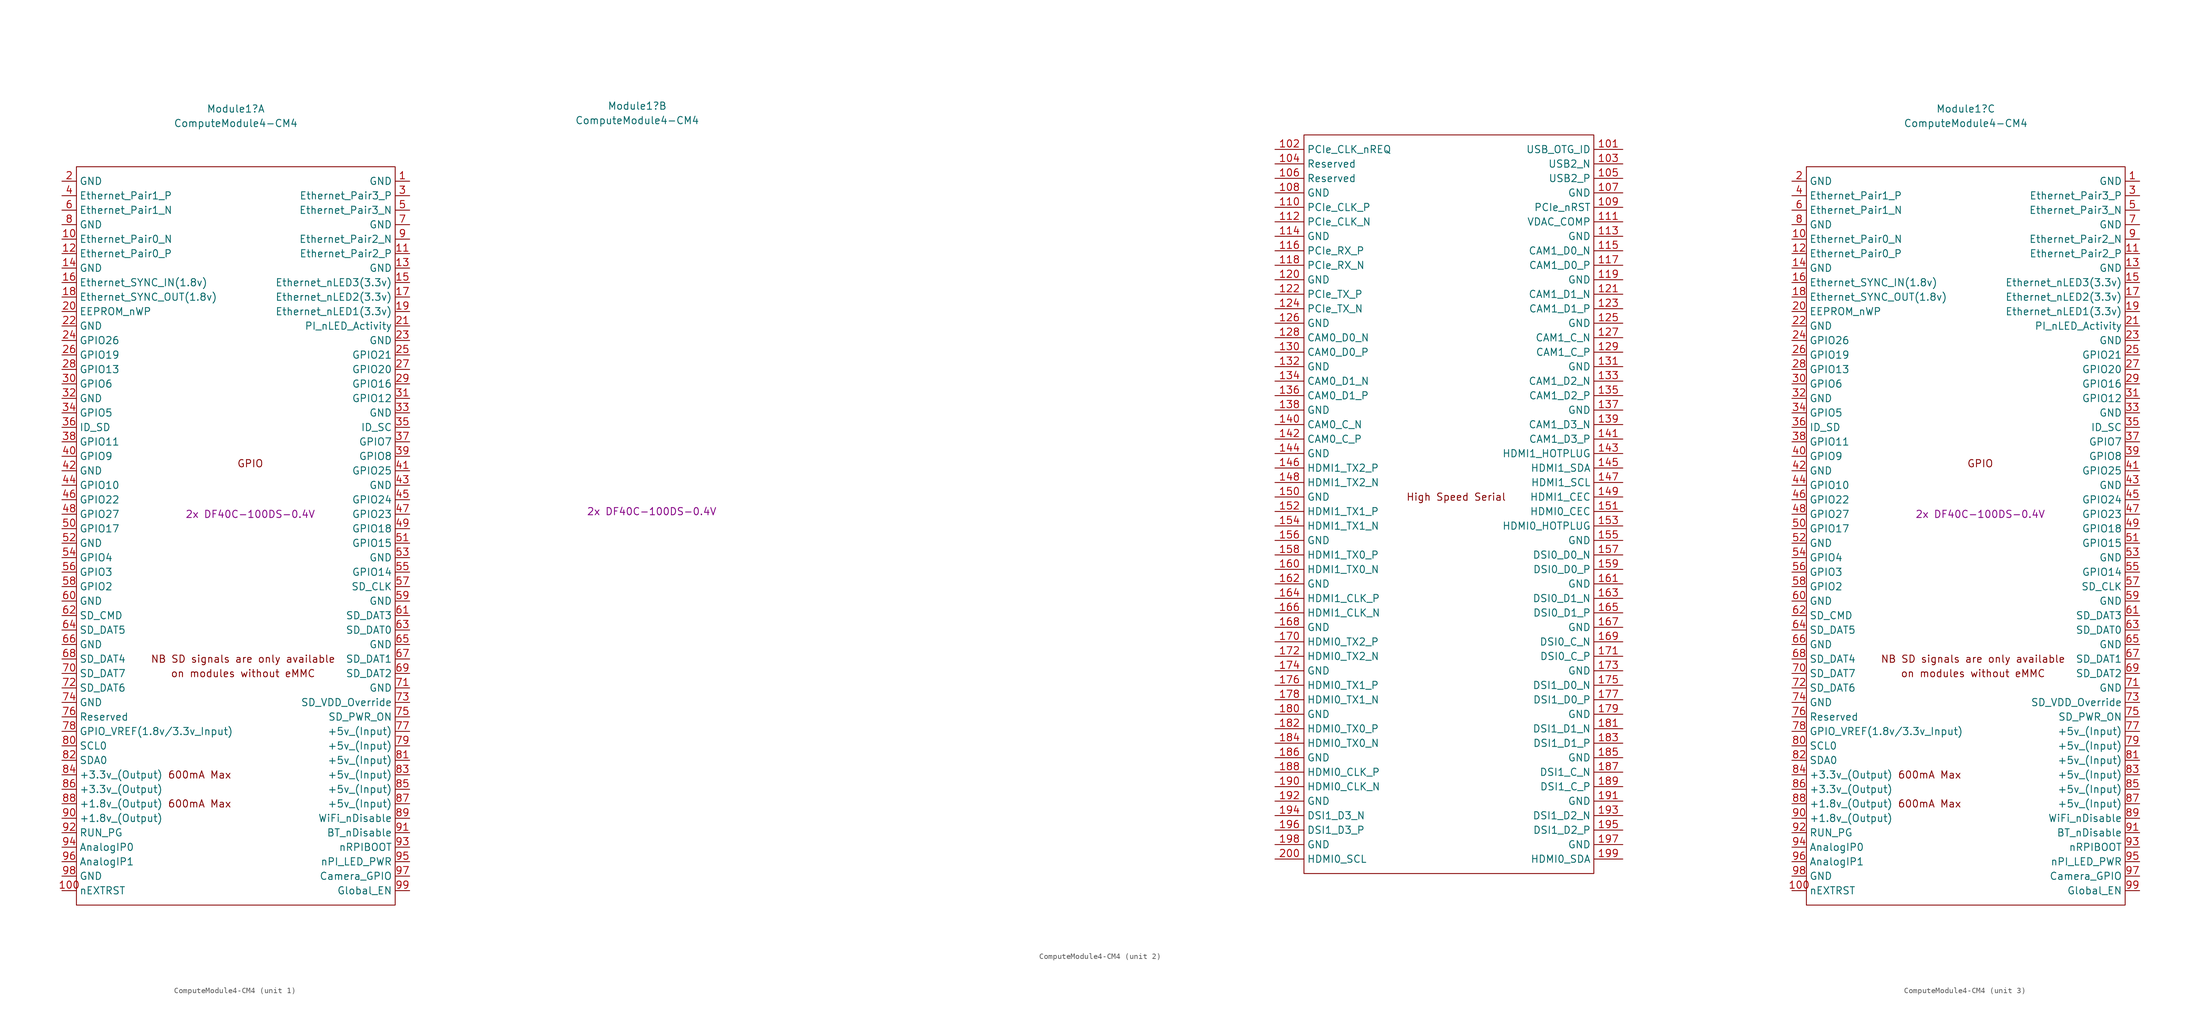
<source format=kicad_sym>
(kicad_symbol_lib
  (version 20231120)
  (generator "kicad_symbol_editor")
  (generator_version "8.0")
  (symbol "ComputeModule4-CM4"
    (property "Reference" "Module1"
      (at -2.54 68.58 0)
      (effects (font (size 1.27 1.27))))
    (property "Value" "ComputeModule4-CM4"
      (at -2.54 66.04 0)
      (effects (font (size 1.27 1.27))))
    (property "MPN" "2x DF40C-100DS-0.4V"
      (at 0 -2.54 0)
      (effects (font (size 1.27 1.27))))
    (symbol "ComputeModule4-CM4_1_0"
      (text "GPIO" (at 0 6.35 0) (effects (font (size 1.27 1.27)))))
    (symbol "ComputeModule4-CM4_1_1"
      (rectangle (start -30.48 -71.12) (end 25.4 58.42) (stroke (width 0) (type default)) (fill (type none)))
      (text "600mA Max" (at -8.89 -53.34 0) (effects (font (size 1.27 1.27))))
      (text "600mA Max" (at -8.89 -48.26 0) (effects (font (size 1.27 1.27))))
      (text "NB SD signals are only available" (at -1.27 -27.94 0) (effects (font (size 1.27 1.27))))
      (text "on modules without eMMC" (at -1.27 -30.48 0) (effects (font (size 1.27 1.27))))
      (pin power_in line (at 27.94 55.88 180) (length 2.54) (name "GND" (effects (font (size 1.27 1.27)))) (number "1" (effects (font (size 1.27 1.27)))))
      (pin passive line (at -33.02 45.72 0) (length 2.54) (name "Ethernet_Pair0_N" (effects (font (size 1.27 1.27)))) (number "10" (effects (font (size 1.27 1.27)))))
      (pin output line (at -33.02 -68.58 0) (length 2.54) (name "nEXTRST" (effects (font (size 1.27 1.27)))) (number "100" (effects (font (size 1.27 1.27)))))
      (pin passive line (at 27.94 43.18 180) (length 2.54) (name "Ethernet_Pair2_P" (effects (font (size 1.27 1.27)))) (number "11" (effects (font (size 1.27 1.27)))))
      (pin passive line (at -33.02 43.18 0) (length 2.54) (name "Ethernet_Pair0_P" (effects (font (size 1.27 1.27)))) (number "12" (effects (font (size 1.27 1.27)))))
      (pin power_in line (at 27.94 40.64 180) (length 2.54) (name "GND" (effects (font (size 1.27 1.27)))) (number "13" (effects (font (size 1.27 1.27)))))
      (pin power_in line (at -33.02 40.64 0) (length 2.54) (name "GND" (effects (font (size 1.27 1.27)))) (number "14" (effects (font (size 1.27 1.27)))))
      (pin output line (at 27.94 38.1 180) (length 2.54) (name "Ethernet_nLED3(3.3v)" (effects (font (size 1.27 1.27)))) (number "15" (effects (font (size 1.27 1.27)))))
      (pin input line (at -33.02 38.1 0) (length 2.54) (name "Ethernet_SYNC_IN(1.8v)" (effects (font (size 1.27 1.27)))) (number "16" (effects (font (size 1.27 1.27)))))
      (pin output line (at 27.94 35.56 180) (length 2.54) (name "Ethernet_nLED2(3.3v)" (effects (font (size 1.27 1.27)))) (number "17" (effects (font (size 1.27 1.27)))))
      (pin input line (at -33.02 35.56 0) (length 2.54) (name "Ethernet_SYNC_OUT(1.8v)" (effects (font (size 1.27 1.27)))) (number "18" (effects (font (size 1.27 1.27)))))
      (pin output line (at 27.94 33.02 180) (length 2.54) (name "Ethernet_nLED1(3.3v)" (effects (font (size 1.27 1.27)))) (number "19" (effects (font (size 1.27 1.27)))))
      (pin power_in line (at -33.02 55.88 0) (length 2.54) (name "GND" (effects (font (size 1.27 1.27)))) (number "2" (effects (font (size 1.27 1.27)))))
      (pin passive line (at -33.02 33.02 0) (length 2.54) (name "EEPROM_nWP" (effects (font (size 1.27 1.27)))) (number "20" (effects (font (size 1.27 1.27)))))
      (pin open_collector line (at 27.94 30.48 180) (length 2.54) (name "PI_nLED_Activity" (effects (font (size 1.27 1.27)))) (number "21" (effects (font (size 1.27 1.27)))))
      (pin power_in line (at -33.02 30.48 0) (length 2.54) (name "GND" (effects (font (size 1.27 1.27)))) (number "22" (effects (font (size 1.27 1.27)))))
      (pin power_in line (at 27.94 27.94 180) (length 2.54) (name "GND" (effects (font (size 1.27 1.27)))) (number "23" (effects (font (size 1.27 1.27)))))
      (pin passive line (at -33.02 27.94 0) (length 2.54) (name "GPIO26" (effects (font (size 1.27 1.27)))) (number "24" (effects (font (size 1.27 1.27)))))
      (pin passive line (at 27.94 25.4 180) (length 2.54) (name "GPIO21" (effects (font (size 1.27 1.27)))) (number "25" (effects (font (size 1.27 1.27)))))
      (pin passive line (at -33.02 25.4 0) (length 2.54) (name "GPIO19" (effects (font (size 1.27 1.27)))) (number "26" (effects (font (size 1.27 1.27)))))
      (pin passive line (at 27.94 22.86 180) (length 2.54) (name "GPIO20" (effects (font (size 1.27 1.27)))) (number "27" (effects (font (size 1.27 1.27)))))
      (pin passive line (at -33.02 22.86 0) (length 2.54) (name "GPIO13" (effects (font (size 1.27 1.27)))) (number "28" (effects (font (size 1.27 1.27)))))
      (pin passive line (at 27.94 20.32 180) (length 2.54) (name "GPIO16" (effects (font (size 1.27 1.27)))) (number "29" (effects (font (size 1.27 1.27)))))
      (pin passive line (at 27.94 53.34 180) (length 2.54) (name "Ethernet_Pair3_P" (effects (font (size 1.27 1.27)))) (number "3" (effects (font (size 1.27 1.27)))))
      (pin passive line (at -33.02 20.32 0) (length 2.54) (name "GPIO6" (effects (font (size 1.27 1.27)))) (number "30" (effects (font (size 1.27 1.27)))))
      (pin passive line (at 27.94 17.78 180) (length 2.54) (name "GPIO12" (effects (font (size 1.27 1.27)))) (number "31" (effects (font (size 1.27 1.27)))))
      (pin power_in line (at -33.02 17.78 0) (length 2.54) (name "GND" (effects (font (size 1.27 1.27)))) (number "32" (effects (font (size 1.27 1.27)))))
      (pin power_in line (at 27.94 15.24 180) (length 2.54) (name "GND" (effects (font (size 1.27 1.27)))) (number "33" (effects (font (size 1.27 1.27)))))
      (pin passive line (at -33.02 15.24 0) (length 2.54) (name "GPIO5" (effects (font (size 1.27 1.27)))) (number "34" (effects (font (size 1.27 1.27)))))
      (pin passive line (at 27.94 12.7 180) (length 2.54) (name "ID_SC" (effects (font (size 1.27 1.27)))) (number "35" (effects (font (size 1.27 1.27)))))
      (pin passive line (at -33.02 12.7 0) (length 2.54) (name "ID_SD" (effects (font (size 1.27 1.27)))) (number "36" (effects (font (size 1.27 1.27)))))
      (pin passive line (at 27.94 10.16 180) (length 2.54) (name "GPIO7" (effects (font (size 1.27 1.27)))) (number "37" (effects (font (size 1.27 1.27)))))
      (pin passive line (at -33.02 10.16 0) (length 2.54) (name "GPIO11" (effects (font (size 1.27 1.27)))) (number "38" (effects (font (size 1.27 1.27)))))
      (pin passive line (at 27.94 7.62 180) (length 2.54) (name "GPIO8" (effects (font (size 1.27 1.27)))) (number "39" (effects (font (size 1.27 1.27)))))
      (pin passive line (at -33.02 53.34 0) (length 2.54) (name "Ethernet_Pair1_P" (effects (font (size 1.27 1.27)))) (number "4" (effects (font (size 1.27 1.27)))))
      (pin passive line (at -33.02 7.62 0) (length 2.54) (name "GPIO9" (effects (font (size 1.27 1.27)))) (number "40" (effects (font (size 1.27 1.27)))))
      (pin passive line (at 27.94 5.08 180) (length 2.54) (name "GPIO25" (effects (font (size 1.27 1.27)))) (number "41" (effects (font (size 1.27 1.27)))))
      (pin power_in line (at -33.02 5.08 0) (length 2.54) (name "GND" (effects (font (size 1.27 1.27)))) (number "42" (effects (font (size 1.27 1.27)))))
      (pin power_in line (at 27.94 2.54 180) (length 2.54) (name "GND" (effects (font (size 1.27 1.27)))) (number "43" (effects (font (size 1.27 1.27)))))
      (pin passive line (at -33.02 2.54 0) (length 2.54) (name "GPIO10" (effects (font (size 1.27 1.27)))) (number "44" (effects (font (size 1.27 1.27)))))
      (pin passive line (at 27.94 0 180) (length 2.54) (name "GPIO24" (effects (font (size 1.27 1.27)))) (number "45" (effects (font (size 1.27 1.27)))))
      (pin passive line (at -33.02 0 0) (length 2.54) (name "GPIO22" (effects (font (size 1.27 1.27)))) (number "46" (effects (font (size 1.27 1.27)))))
      (pin passive line (at 27.94 -2.54 180) (length 2.54) (name "GPIO23" (effects (font (size 1.27 1.27)))) (number "47" (effects (font (size 1.27 1.27)))))
      (pin passive line (at -33.02 -2.54 0) (length 2.54) (name "GPIO27" (effects (font (size 1.27 1.27)))) (number "48" (effects (font (size 1.27 1.27)))))
      (pin passive line (at 27.94 -5.08 180) (length 2.54) (name "GPIO18" (effects (font (size 1.27 1.27)))) (number "49" (effects (font (size 1.27 1.27)))))
      (pin passive line (at 27.94 50.8 180) (length 2.54) (name "Ethernet_Pair3_N" (effects (font (size 1.27 1.27)))) (number "5" (effects (font (size 1.27 1.27)))))
      (pin passive line (at -33.02 -5.08 0) (length 2.54) (name "GPIO17" (effects (font (size 1.27 1.27)))) (number "50" (effects (font (size 1.27 1.27)))))
      (pin passive line (at 27.94 -7.62 180) (length 2.54) (name "GPIO15" (effects (font (size 1.27 1.27)))) (number "51" (effects (font (size 1.27 1.27)))))
      (pin power_in line (at -33.02 -7.62 0) (length 2.54) (name "GND" (effects (font (size 1.27 1.27)))) (number "52" (effects (font (size 1.27 1.27)))))
      (pin power_in line (at 27.94 -10.16 180) (length 2.54) (name "GND" (effects (font (size 1.27 1.27)))) (number "53" (effects (font (size 1.27 1.27)))))
      (pin passive line (at -33.02 -10.16 0) (length 2.54) (name "GPIO4" (effects (font (size 1.27 1.27)))) (number "54" (effects (font (size 1.27 1.27)))))
      (pin passive line (at 27.94 -12.7 180) (length 2.54) (name "GPIO14" (effects (font (size 1.27 1.27)))) (number "55" (effects (font (size 1.27 1.27)))))
      (pin passive line (at -33.02 -12.7 0) (length 2.54) (name "GPIO3" (effects (font (size 1.27 1.27)))) (number "56" (effects (font (size 1.27 1.27)))))
      (pin passive line (at 27.94 -15.24 180) (length 2.54) (name "SD_CLK" (effects (font (size 1.27 1.27)))) (number "57" (effects (font (size 1.27 1.27)))))
      (pin passive line (at -33.02 -15.24 0) (length 2.54) (name "GPIO2" (effects (font (size 1.27 1.27)))) (number "58" (effects (font (size 1.27 1.27)))))
      (pin power_in line (at 27.94 -17.78 180) (length 2.54) (name "GND" (effects (font (size 1.27 1.27)))) (number "59" (effects (font (size 1.27 1.27)))))
      (pin passive line (at -33.02 50.8 0) (length 2.54) (name "Ethernet_Pair1_N" (effects (font (size 1.27 1.27)))) (number "6" (effects (font (size 1.27 1.27)))))
      (pin power_in line (at -33.02 -17.78 0) (length 2.54) (name "GND" (effects (font (size 1.27 1.27)))) (number "60" (effects (font (size 1.27 1.27)))))
      (pin passive line (at 27.94 -20.32 180) (length 2.54) (name "SD_DAT3" (effects (font (size 1.27 1.27)))) (number "61" (effects (font (size 1.27 1.27)))))
      (pin passive line (at -33.02 -20.32 0) (length 2.54) (name "SD_CMD" (effects (font (size 1.27 1.27)))) (number "62" (effects (font (size 1.27 1.27)))))
      (pin passive line (at 27.94 -22.86 180) (length 2.54) (name "SD_DAT0" (effects (font (size 1.27 1.27)))) (number "63" (effects (font (size 1.27 1.27)))))
      (pin passive line (at -33.02 -22.86 0) (length 2.54) (name "SD_DAT5" (effects (font (size 1.27 1.27)))) (number "64" (effects (font (size 1.27 1.27)))))
      (pin power_in line (at 27.94 -25.4 180) (length 2.54) (name "GND" (effects (font (size 1.27 1.27)))) (number "65" (effects (font (size 1.27 1.27)))))
      (pin power_in line (at -33.02 -25.4 0) (length 2.54) (name "GND" (effects (font (size 1.27 1.27)))) (number "66" (effects (font (size 1.27 1.27)))))
      (pin passive line (at 27.94 -27.94 180) (length 2.54) (name "SD_DAT1" (effects (font (size 1.27 1.27)))) (number "67" (effects (font (size 1.27 1.27)))))
      (pin passive line (at -33.02 -27.94 0) (length 2.54) (name "SD_DAT4" (effects (font (size 1.27 1.27)))) (number "68" (effects (font (size 1.27 1.27)))))
      (pin passive line (at 27.94 -30.48 180) (length 2.54) (name "SD_DAT2" (effects (font (size 1.27 1.27)))) (number "69" (effects (font (size 1.27 1.27)))))
      (pin power_in line (at 27.94 48.26 180) (length 2.54) (name "GND" (effects (font (size 1.27 1.27)))) (number "7" (effects (font (size 1.27 1.27)))))
      (pin passive line (at -33.02 -30.48 0) (length 2.54) (name "SD_DAT7" (effects (font (size 1.27 1.27)))) (number "70" (effects (font (size 1.27 1.27)))))
      (pin power_in line (at 27.94 -33.02 180) (length 2.54) (name "GND" (effects (font (size 1.27 1.27)))) (number "71" (effects (font (size 1.27 1.27)))))
      (pin passive line (at -33.02 -33.02 0) (length 2.54) (name "SD_DAT6" (effects (font (size 1.27 1.27)))) (number "72" (effects (font (size 1.27 1.27)))))
      (pin input line (at 27.94 -35.56 180) (length 2.54) (name "SD_VDD_Override" (effects (font (size 1.27 1.27)))) (number "73" (effects (font (size 1.27 1.27)))))
      (pin power_in line (at -33.02 -35.56 0) (length 2.54) (name "GND" (effects (font (size 1.27 1.27)))) (number "74" (effects (font (size 1.27 1.27)))))
      (pin output line (at 27.94 -38.1 180) (length 2.54) (name "SD_PWR_ON" (effects (font (size 1.27 1.27)))) (number "75" (effects (font (size 1.27 1.27)))))
      (pin passive line (at -33.02 -38.1 0) (length 2.54) (name "Reserved" (effects (font (size 1.27 1.27)))) (number "76" (effects (font (size 1.27 1.27)))))
      (pin power_in line (at 27.94 -40.64 180) (length 2.54) (name "+5v_(Input)" (effects (font (size 1.27 1.27)))) (number "77" (effects (font (size 1.27 1.27)))))
      (pin power_in line (at -33.02 -40.64 0) (length 2.54) (name "GPIO_VREF(1.8v/3.3v_Input)" (effects (font (size 1.27 1.27)))) (number "78" (effects (font (size 1.27 1.27)))))
      (pin power_in line (at 27.94 -43.18 180) (length 2.54) (name "+5v_(Input)" (effects (font (size 1.27 1.27)))) (number "79" (effects (font (size 1.27 1.27)))))
      (pin power_in line (at -33.02 48.26 0) (length 2.54) (name "GND" (effects (font (size 1.27 1.27)))) (number "8" (effects (font (size 1.27 1.27)))))
      (pin passive line (at -33.02 -43.18 0) (length 2.54) (name "SCL0" (effects (font (size 1.27 1.27)))) (number "80" (effects (font (size 1.27 1.27)))))
      (pin power_in line (at 27.94 -45.72 180) (length 2.54) (name "+5v_(Input)" (effects (font (size 1.27 1.27)))) (number "81" (effects (font (size 1.27 1.27)))))
      (pin passive line (at -33.02 -45.72 0) (length 2.54) (name "SDA0" (effects (font (size 1.27 1.27)))) (number "82" (effects (font (size 1.27 1.27)))))
      (pin power_in line (at 27.94 -48.26 180) (length 2.54) (name "+5v_(Input)" (effects (font (size 1.27 1.27)))) (number "83" (effects (font (size 1.27 1.27)))))
      (pin power_out line (at -33.02 -48.26 0) (length 2.54) (name "+3.3v_(Output)" (effects (font (size 1.27 1.27)))) (number "84" (effects (font (size 1.27 1.27)))))
      (pin power_in line (at 27.94 -50.8 180) (length 2.54) (name "+5v_(Input)" (effects (font (size 1.27 1.27)))) (number "85" (effects (font (size 1.27 1.27)))))
      (pin power_out line (at -33.02 -50.8 0) (length 2.54) (name "+3.3v_(Output)" (effects (font (size 1.27 1.27)))) (number "86" (effects (font (size 1.27 1.27)))))
      (pin power_in line (at 27.94 -53.34 180) (length 2.54) (name "+5v_(Input)" (effects (font (size 1.27 1.27)))) (number "87" (effects (font (size 1.27 1.27)))))
      (pin power_out line (at -33.02 -53.34 0) (length 2.54) (name "+1.8v_(Output)" (effects (font (size 1.27 1.27)))) (number "88" (effects (font (size 1.27 1.27)))))
      (pin power_in line (at 27.94 -55.88 180) (length 2.54) (name "WiFi_nDisable" (effects (font (size 1.27 1.27)))) (number "89" (effects (font (size 1.27 1.27)))))
      (pin passive line (at 27.94 45.72 180) (length 2.54) (name "Ethernet_Pair2_N" (effects (font (size 1.27 1.27)))) (number "9" (effects (font (size 1.27 1.27)))))
      (pin power_out line (at -33.02 -55.88 0) (length 2.54) (name "+1.8v_(Output)" (effects (font (size 1.27 1.27)))) (number "90" (effects (font (size 1.27 1.27)))))
      (pin power_in line (at 27.94 -58.42 180) (length 2.54) (name "BT_nDisable" (effects (font (size 1.27 1.27)))) (number "91" (effects (font (size 1.27 1.27)))))
      (pin passive line (at -33.02 -58.42 0) (length 2.54) (name "RUN_PG" (effects (font (size 1.27 1.27)))) (number "92" (effects (font (size 1.27 1.27)))))
      (pin input line (at 27.94 -60.96 180) (length 2.54) (name "nRPIBOOT" (effects (font (size 1.27 1.27)))) (number "93" (effects (font (size 1.27 1.27)))))
      (pin passive line (at -33.02 -60.96 0) (length 2.54) (name "AnalogIP0" (effects (font (size 1.27 1.27)))) (number "94" (effects (font (size 1.27 1.27)))))
      (pin output line (at 27.94 -63.5 180) (length 2.54) (name "nPI_LED_PWR" (effects (font (size 1.27 1.27)))) (number "95" (effects (font (size 1.27 1.27)))))
      (pin passive line (at -33.02 -63.5 0) (length 2.54) (name "AnalogIP1" (effects (font (size 1.27 1.27)))) (number "96" (effects (font (size 1.27 1.27)))))
      (pin passive line (at 27.94 -66.04 180) (length 2.54) (name "Camera_GPIO" (effects (font (size 1.27 1.27)))) (number "97" (effects (font (size 1.27 1.27)))))
      (pin power_in line (at -33.02 -66.04 0) (length 2.54) (name "GND" (effects (font (size 1.27 1.27)))) (number "98" (effects (font (size 1.27 1.27)))))
      (pin input line (at 27.94 -68.58 180) (length 2.54) (name "Global_EN" (effects (font (size 1.27 1.27)))) (number "99" (effects (font (size 1.27 1.27))))))
    (symbol "ComputeModule4-CM4_2_1"
      (rectangle (start 114.3 -66.04) (end 165.1 63.5) (stroke (width 0) (type default)) (fill (type none)))
      (text "High Speed Serial" (at 140.97 0 0) (effects (font (size 1.27 1.27))))
      (pin input line (at 170.18 60.96 180) (length 5.08) (name "USB_OTG_ID" (effects (font (size 1.27 1.27)))) (number "101" (effects (font (size 1.27 1.27)))))
      (pin input line (at 109.22 60.96 0) (length 5.08) (name "PCIe_CLK_nREQ" (effects (font (size 1.27 1.27)))) (number "102" (effects (font (size 1.27 1.27)))))
      (pin passive line (at 170.18 58.42 180) (length 5.08) (name "USB2_N" (effects (font (size 1.27 1.27)))) (number "103" (effects (font (size 1.27 1.27)))))
      (pin passive line (at 109.22 58.42 0) (length 5.08) (name "Reserved" (effects (font (size 1.27 1.27)))) (number "104" (effects (font (size 1.27 1.27)))))
      (pin passive line (at 170.18 55.88 180) (length 5.08) (name "USB2_P" (effects (font (size 1.27 1.27)))) (number "105" (effects (font (size 1.27 1.27)))))
      (pin passive line (at 109.22 55.88 0) (length 5.08) (name "Reserved" (effects (font (size 1.27 1.27)))) (number "106" (effects (font (size 1.27 1.27)))))
      (pin power_in line (at 170.18 53.34 180) (length 5.08) (name "GND" (effects (font (size 1.27 1.27)))) (number "107" (effects (font (size 1.27 1.27)))))
      (pin power_in line (at 109.22 53.34 0) (length 5.08) (name "GND" (effects (font (size 1.27 1.27)))) (number "108" (effects (font (size 1.27 1.27)))))
      (pin bidirectional line (at 170.18 50.8 180) (length 5.08) (name "PCIe_nRST" (effects (font (size 1.27 1.27)))) (number "109" (effects (font (size 1.27 1.27)))))
      (pin output line (at 109.22 50.8 0) (length 5.08) (name "PCIe_CLK_P" (effects (font (size 1.27 1.27)))) (number "110" (effects (font (size 1.27 1.27)))))
      (pin passive line (at 170.18 48.26 180) (length 5.08) (name "VDAC_COMP" (effects (font (size 1.27 1.27)))) (number "111" (effects (font (size 1.27 1.27)))))
      (pin output line (at 109.22 48.26 0) (length 5.08) (name "PCIe_CLK_N" (effects (font (size 1.27 1.27)))) (number "112" (effects (font (size 1.27 1.27)))))
      (pin power_in line (at 170.18 45.72 180) (length 5.08) (name "GND" (effects (font (size 1.27 1.27)))) (number "113" (effects (font (size 1.27 1.27)))))
      (pin power_in line (at 109.22 45.72 0) (length 5.08) (name "GND" (effects (font (size 1.27 1.27)))) (number "114" (effects (font (size 1.27 1.27)))))
      (pin input line (at 170.18 43.18 180) (length 5.08) (name "CAM1_D0_N" (effects (font (size 1.27 1.27)))) (number "115" (effects (font (size 1.27 1.27)))))
      (pin input line (at 109.22 43.18 0) (length 5.08) (name "PCIe_RX_P" (effects (font (size 1.27 1.27)))) (number "116" (effects (font (size 1.27 1.27)))))
      (pin input line (at 170.18 40.64 180) (length 5.08) (name "CAM1_D0_P" (effects (font (size 1.27 1.27)))) (number "117" (effects (font (size 1.27 1.27)))))
      (pin input line (at 109.22 40.64 0) (length 5.08) (name "PCIe_RX_N" (effects (font (size 1.27 1.27)))) (number "118" (effects (font (size 1.27 1.27)))))
      (pin power_in line (at 170.18 38.1 180) (length 5.08) (name "GND" (effects (font (size 1.27 1.27)))) (number "119" (effects (font (size 1.27 1.27)))))
      (pin power_in line (at 109.22 38.1 0) (length 5.08) (name "GND" (effects (font (size 1.27 1.27)))) (number "120" (effects (font (size 1.27 1.27)))))
      (pin input line (at 170.18 35.56 180) (length 5.08) (name "CAM1_D1_N" (effects (font (size 1.27 1.27)))) (number "121" (effects (font (size 1.27 1.27)))))
      (pin output line (at 109.22 35.56 0) (length 5.08) (name "PCIe_TX_P" (effects (font (size 1.27 1.27)))) (number "122" (effects (font (size 1.27 1.27)))))
      (pin input line (at 170.18 33.02 180) (length 5.08) (name "CAM1_D1_P" (effects (font (size 1.27 1.27)))) (number "123" (effects (font (size 1.27 1.27)))))
      (pin output line (at 109.22 33.02 0) (length 5.08) (name "PCIe_TX_N" (effects (font (size 1.27 1.27)))) (number "124" (effects (font (size 1.27 1.27)))))
      (pin power_in line (at 170.18 30.48 180) (length 5.08) (name "GND" (effects (font (size 1.27 1.27)))) (number "125" (effects (font (size 1.27 1.27)))))
      (pin power_in line (at 109.22 30.48 0) (length 5.08) (name "GND" (effects (font (size 1.27 1.27)))) (number "126" (effects (font (size 1.27 1.27)))))
      (pin input line (at 170.18 27.94 180) (length 5.08) (name "CAM1_C_N" (effects (font (size 1.27 1.27)))) (number "127" (effects (font (size 1.27 1.27)))))
      (pin input line (at 109.22 27.94 0) (length 5.08) (name "CAM0_D0_N" (effects (font (size 1.27 1.27)))) (number "128" (effects (font (size 1.27 1.27)))))
      (pin input line (at 170.18 25.4 180) (length 5.08) (name "CAM1_C_P" (effects (font (size 1.27 1.27)))) (number "129" (effects (font (size 1.27 1.27)))))
      (pin input line (at 109.22 25.4 0) (length 5.08) (name "CAM0_D0_P" (effects (font (size 1.27 1.27)))) (number "130" (effects (font (size 1.27 1.27)))))
      (pin power_in line (at 170.18 22.86 180) (length 5.08) (name "GND" (effects (font (size 1.27 1.27)))) (number "131" (effects (font (size 1.27 1.27)))))
      (pin power_in line (at 109.22 22.86 0) (length 5.08) (name "GND" (effects (font (size 1.27 1.27)))) (number "132" (effects (font (size 1.27 1.27)))))
      (pin input line (at 170.18 20.32 180) (length 5.08) (name "CAM1_D2_N" (effects (font (size 1.27 1.27)))) (number "133" (effects (font (size 1.27 1.27)))))
      (pin input line (at 109.22 20.32 0) (length 5.08) (name "CAM0_D1_N" (effects (font (size 1.27 1.27)))) (number "134" (effects (font (size 1.27 1.27)))))
      (pin input line (at 170.18 17.78 180) (length 5.08) (name "CAM1_D2_P" (effects (font (size 1.27 1.27)))) (number "135" (effects (font (size 1.27 1.27)))))
      (pin input line (at 109.22 17.78 0) (length 5.08) (name "CAM0_D1_P" (effects (font (size 1.27 1.27)))) (number "136" (effects (font (size 1.27 1.27)))))
      (pin power_in line (at 170.18 15.24 180) (length 5.08) (name "GND" (effects (font (size 1.27 1.27)))) (number "137" (effects (font (size 1.27 1.27)))))
      (pin power_in line (at 109.22 15.24 0) (length 5.08) (name "GND" (effects (font (size 1.27 1.27)))) (number "138" (effects (font (size 1.27 1.27)))))
      (pin input line (at 170.18 12.7 180) (length 5.08) (name "CAM1_D3_N" (effects (font (size 1.27 1.27)))) (number "139" (effects (font (size 1.27 1.27)))))
      (pin input line (at 109.22 12.7 0) (length 5.08) (name "CAM0_C_N" (effects (font (size 1.27 1.27)))) (number "140" (effects (font (size 1.27 1.27)))))
      (pin input line (at 170.18 10.16 180) (length 5.08) (name "CAM1_D3_P" (effects (font (size 1.27 1.27)))) (number "141" (effects (font (size 1.27 1.27)))))
      (pin input line (at 109.22 10.16 0) (length 5.08) (name "CAM0_C_P" (effects (font (size 1.27 1.27)))) (number "142" (effects (font (size 1.27 1.27)))))
      (pin input line (at 170.18 7.62 180) (length 5.08) (name "HDMI1_HOTPLUG" (effects (font (size 1.27 1.27)))) (number "143" (effects (font (size 1.27 1.27)))))
      (pin power_in line (at 109.22 7.62 0) (length 5.08) (name "GND" (effects (font (size 1.27 1.27)))) (number "144" (effects (font (size 1.27 1.27)))))
      (pin bidirectional line (at 170.18 5.08 180) (length 5.08) (name "HDMI1_SDA" (effects (font (size 1.27 1.27)))) (number "145" (effects (font (size 1.27 1.27)))))
      (pin output line (at 109.22 5.08 0) (length 5.08) (name "HDMI1_TX2_P" (effects (font (size 1.27 1.27)))) (number "146" (effects (font (size 1.27 1.27)))))
      (pin open_collector line (at 170.18 2.54 180) (length 5.08) (name "HDMI1_SCL" (effects (font (size 1.27 1.27)))) (number "147" (effects (font (size 1.27 1.27)))))
      (pin output line (at 109.22 2.54 0) (length 5.08) (name "HDMI1_TX2_N" (effects (font (size 1.27 1.27)))) (number "148" (effects (font (size 1.27 1.27)))))
      (pin open_collector line (at 170.18 0 180) (length 5.08) (name "HDMI1_CEC" (effects (font (size 1.27 1.27)))) (number "149" (effects (font (size 1.27 1.27)))))
      (pin power_in line (at 109.22 0 0) (length 5.08) (name "GND" (effects (font (size 1.27 1.27)))) (number "150" (effects (font (size 1.27 1.27)))))
      (pin open_collector line (at 170.18 -2.54 180) (length 5.08) (name "HDMI0_CEC" (effects (font (size 1.27 1.27)))) (number "151" (effects (font (size 1.27 1.27)))))
      (pin output line (at 109.22 -2.54 0) (length 5.08) (name "HDMI1_TX1_P" (effects (font (size 1.27 1.27)))) (number "152" (effects (font (size 1.27 1.27)))))
      (pin input line (at 170.18 -5.08 180) (length 5.08) (name "HDMI0_HOTPLUG" (effects (font (size 1.27 1.27)))) (number "153" (effects (font (size 1.27 1.27)))))
      (pin output line (at 109.22 -5.08 0) (length 5.08) (name "HDMI1_TX1_N" (effects (font (size 1.27 1.27)))) (number "154" (effects (font (size 1.27 1.27)))))
      (pin power_in line (at 170.18 -7.62 180) (length 5.08) (name "GND" (effects (font (size 1.27 1.27)))) (number "155" (effects (font (size 1.27 1.27)))))
      (pin power_in line (at 109.22 -7.62 0) (length 5.08) (name "GND" (effects (font (size 1.27 1.27)))) (number "156" (effects (font (size 1.27 1.27)))))
      (pin output line (at 170.18 -10.16 180) (length 5.08) (name "DSI0_D0_N" (effects (font (size 1.27 1.27)))) (number "157" (effects (font (size 1.27 1.27)))))
      (pin output line (at 109.22 -10.16 0) (length 5.08) (name "HDMI1_TX0_P" (effects (font (size 1.27 1.27)))) (number "158" (effects (font (size 1.27 1.27)))))
      (pin output line (at 170.18 -12.7 180) (length 5.08) (name "DSI0_D0_P" (effects (font (size 1.27 1.27)))) (number "159" (effects (font (size 1.27 1.27)))))
      (pin output line (at 109.22 -12.7 0) (length 5.08) (name "HDMI1_TX0_N" (effects (font (size 1.27 1.27)))) (number "160" (effects (font (size 1.27 1.27)))))
      (pin power_in line (at 170.18 -15.24 180) (length 5.08) (name "GND" (effects (font (size 1.27 1.27)))) (number "161" (effects (font (size 1.27 1.27)))))
      (pin power_in line (at 109.22 -15.24 0) (length 5.08) (name "GND" (effects (font (size 1.27 1.27)))) (number "162" (effects (font (size 1.27 1.27)))))
      (pin output line (at 170.18 -17.78 180) (length 5.08) (name "DSI0_D1_N" (effects (font (size 1.27 1.27)))) (number "163" (effects (font (size 1.27 1.27)))))
      (pin output line (at 109.22 -17.78 0) (length 5.08) (name "HDMI1_CLK_P" (effects (font (size 1.27 1.27)))) (number "164" (effects (font (size 1.27 1.27)))))
      (pin output line (at 170.18 -20.32 180) (length 5.08) (name "DSI0_D1_P" (effects (font (size 1.27 1.27)))) (number "165" (effects (font (size 1.27 1.27)))))
      (pin output line (at 109.22 -20.32 0) (length 5.08) (name "HDMI1_CLK_N" (effects (font (size 1.27 1.27)))) (number "166" (effects (font (size 1.27 1.27)))))
      (pin power_in line (at 170.18 -22.86 180) (length 5.08) (name "GND" (effects (font (size 1.27 1.27)))) (number "167" (effects (font (size 1.27 1.27)))))
      (pin power_in line (at 109.22 -22.86 0) (length 5.08) (name "GND" (effects (font (size 1.27 1.27)))) (number "168" (effects (font (size 1.27 1.27)))))
      (pin output line (at 170.18 -25.4 180) (length 5.08) (name "DSI0_C_N" (effects (font (size 1.27 1.27)))) (number "169" (effects (font (size 1.27 1.27)))))
      (pin output line (at 109.22 -25.4 0) (length 5.08) (name "HDMI0_TX2_P" (effects (font (size 1.27 1.27)))) (number "170" (effects (font (size 1.27 1.27)))))
      (pin output line (at 170.18 -27.94 180) (length 5.08) (name "DSI0_C_P" (effects (font (size 1.27 1.27)))) (number "171" (effects (font (size 1.27 1.27)))))
      (pin output line (at 109.22 -27.94 0) (length 5.08) (name "HDMI0_TX2_N" (effects (font (size 1.27 1.27)))) (number "172" (effects (font (size 1.27 1.27)))))
      (pin power_in line (at 170.18 -30.48 180) (length 5.08) (name "GND" (effects (font (size 1.27 1.27)))) (number "173" (effects (font (size 1.27 1.27)))))
      (pin power_in line (at 109.22 -30.48 0) (length 5.08) (name "GND" (effects (font (size 1.27 1.27)))) (number "174" (effects (font (size 1.27 1.27)))))
      (pin output line (at 170.18 -33.02 180) (length 5.08) (name "DSI1_D0_N" (effects (font (size 1.27 1.27)))) (number "175" (effects (font (size 1.27 1.27)))))
      (pin output line (at 109.22 -33.02 0) (length 5.08) (name "HDMI0_TX1_P" (effects (font (size 1.27 1.27)))) (number "176" (effects (font (size 1.27 1.27)))))
      (pin output line (at 170.18 -35.56 180) (length 5.08) (name "DSI1_D0_P" (effects (font (size 1.27 1.27)))) (number "177" (effects (font (size 1.27 1.27)))))
      (pin output line (at 109.22 -35.56 0) (length 5.08) (name "HDMI0_TX1_N" (effects (font (size 1.27 1.27)))) (number "178" (effects (font (size 1.27 1.27)))))
      (pin power_in line (at 170.18 -38.1 180) (length 5.08) (name "GND" (effects (font (size 1.27 1.27)))) (number "179" (effects (font (size 1.27 1.27)))))
      (pin power_in line (at 109.22 -38.1 0) (length 5.08) (name "GND" (effects (font (size 1.27 1.27)))) (number "180" (effects (font (size 1.27 1.27)))))
      (pin output line (at 170.18 -40.64 180) (length 5.08) (name "DSI1_D1_N" (effects (font (size 1.27 1.27)))) (number "181" (effects (font (size 1.27 1.27)))))
      (pin output line (at 109.22 -40.64 0) (length 5.08) (name "HDMI0_TX0_P" (effects (font (size 1.27 1.27)))) (number "182" (effects (font (size 1.27 1.27)))))
      (pin output line (at 170.18 -43.18 180) (length 5.08) (name "DSI1_D1_P" (effects (font (size 1.27 1.27)))) (number "183" (effects (font (size 1.27 1.27)))))
      (pin output line (at 109.22 -43.18 0) (length 5.08) (name "HDMI0_TX0_N" (effects (font (size 1.27 1.27)))) (number "184" (effects (font (size 1.27 1.27)))))
      (pin power_in line (at 170.18 -45.72 180) (length 5.08) (name "GND" (effects (font (size 1.27 1.27)))) (number "185" (effects (font (size 1.27 1.27)))))
      (pin power_in line (at 109.22 -45.72 0) (length 5.08) (name "GND" (effects (font (size 1.27 1.27)))) (number "186" (effects (font (size 1.27 1.27)))))
      (pin output line (at 170.18 -48.26 180) (length 5.08) (name "DSI1_C_N" (effects (font (size 1.27 1.27)))) (number "187" (effects (font (size 1.27 1.27)))))
      (pin output line (at 109.22 -48.26 0) (length 5.08) (name "HDMI0_CLK_P" (effects (font (size 1.27 1.27)))) (number "188" (effects (font (size 1.27 1.27)))))
      (pin output line (at 170.18 -50.8 180) (length 5.08) (name "DSI1_C_P" (effects (font (size 1.27 1.27)))) (number "189" (effects (font (size 1.27 1.27)))))
      (pin output line (at 109.22 -50.8 0) (length 5.08) (name "HDMI0_CLK_N" (effects (font (size 1.27 1.27)))) (number "190" (effects (font (size 1.27 1.27)))))
      (pin power_in line (at 170.18 -53.34 180) (length 5.08) (name "GND" (effects (font (size 1.27 1.27)))) (number "191" (effects (font (size 1.27 1.27)))))
      (pin power_in line (at 109.22 -53.34 0) (length 5.08) (name "GND" (effects (font (size 1.27 1.27)))) (number "192" (effects (font (size 1.27 1.27)))))
      (pin output line (at 170.18 -55.88 180) (length 5.08) (name "DSI1_D2_N" (effects (font (size 1.27 1.27)))) (number "193" (effects (font (size 1.27 1.27)))))
      (pin output line (at 109.22 -55.88 0) (length 5.08) (name "DSI1_D3_N" (effects (font (size 1.27 1.27)))) (number "194" (effects (font (size 1.27 1.27)))))
      (pin output line (at 170.18 -58.42 180) (length 5.08) (name "DSI1_D2_P" (effects (font (size 1.27 1.27)))) (number "195" (effects (font (size 1.27 1.27)))))
      (pin output line (at 109.22 -58.42 0) (length 5.08) (name "DSI1_D3_P" (effects (font (size 1.27 1.27)))) (number "196" (effects (font (size 1.27 1.27)))))
      (pin power_in line (at 170.18 -60.96 180) (length 5.08) (name "GND" (effects (font (size 1.27 1.27)))) (number "197" (effects (font (size 1.27 1.27)))))
      (pin power_in line (at 109.22 -60.96 0) (length 5.08) (name "GND" (effects (font (size 1.27 1.27)))) (number "198" (effects (font (size 1.27 1.27)))))
      (pin bidirectional line (at 170.18 -63.5 180) (length 5.08) (name "HDMI0_SDA" (effects (font (size 1.27 1.27)))) (number "199" (effects (font (size 1.27 1.27)))))
      (pin open_collector line (at 109.22 -63.5 0) (length 5.08) (name "HDMI0_SCL" (effects (font (size 1.27 1.27)))) (number "200" (effects (font (size 1.27 1.27))))))
    (symbol "ComputeModule4-CM4_3_0"
      (text "GPIO" (at 0 6.35 0) (effects (font (size 1.27 1.27)))))
    (symbol "ComputeModule4-CM4_3_1"
      (rectangle (start -30.48 -71.12) (end 25.4 58.42) (stroke (width 0) (type default)) (fill (type none)))
      (text "600mA Max" (at -8.89 -53.34 0) (effects (font (size 1.27 1.27))))
      (text "600mA Max" (at -8.89 -48.26 0) (effects (font (size 1.27 1.27))))
      (text "NB SD signals are only available" (at -1.27 -27.94 0) (effects (font (size 1.27 1.27))))
      (text "on modules without eMMC" (at -1.27 -30.48 0) (effects (font (size 1.27 1.27))))
      (pin power_in line (at 27.94 55.88 180) (length 2.54) (name "GND" (effects (font (size 1.27 1.27)))) (number "1" (effects (font (size 1.27 1.27)))))
      (pin passive line (at -33.02 45.72 0) (length 2.54) (name "Ethernet_Pair0_N" (effects (font (size 1.27 1.27)))) (number "10" (effects (font (size 1.27 1.27)))))
      (pin output line (at -33.02 -68.58 0) (length 2.54) (name "nEXTRST" (effects (font (size 1.27 1.27)))) (number "100" (effects (font (size 1.27 1.27)))))
      (pin passive line (at 27.94 43.18 180) (length 2.54) (name "Ethernet_Pair2_P" (effects (font (size 1.27 1.27)))) (number "11" (effects (font (size 1.27 1.27)))))
      (pin passive line (at -33.02 43.18 0) (length 2.54) (name "Ethernet_Pair0_P" (effects (font (size 1.27 1.27)))) (number "12" (effects (font (size 1.27 1.27)))))
      (pin power_in line (at 27.94 40.64 180) (length 2.54) (name "GND" (effects (font (size 1.27 1.27)))) (number "13" (effects (font (size 1.27 1.27)))))
      (pin power_in line (at -33.02 40.64 0) (length 2.54) (name "GND" (effects (font (size 1.27 1.27)))) (number "14" (effects (font (size 1.27 1.27)))))
      (pin output line (at 27.94 38.1 180) (length 2.54) (name "Ethernet_nLED3(3.3v)" (effects (font (size 1.27 1.27)))) (number "15" (effects (font (size 1.27 1.27)))))
      (pin input line (at -33.02 38.1 0) (length 2.54) (name "Ethernet_SYNC_IN(1.8v)" (effects (font (size 1.27 1.27)))) (number "16" (effects (font (size 1.27 1.27)))))
      (pin output line (at 27.94 35.56 180) (length 2.54) (name "Ethernet_nLED2(3.3v)" (effects (font (size 1.27 1.27)))) (number "17" (effects (font (size 1.27 1.27)))))
      (pin input line (at -33.02 35.56 0) (length 2.54) (name "Ethernet_SYNC_OUT(1.8v)" (effects (font (size 1.27 1.27)))) (number "18" (effects (font (size 1.27 1.27)))))
      (pin output line (at 27.94 33.02 180) (length 2.54) (name "Ethernet_nLED1(3.3v)" (effects (font (size 1.27 1.27)))) (number "19" (effects (font (size 1.27 1.27)))))
      (pin power_in line (at -33.02 55.88 0) (length 2.54) (name "GND" (effects (font (size 1.27 1.27)))) (number "2" (effects (font (size 1.27 1.27)))))
      (pin passive line (at -33.02 33.02 0) (length 2.54) (name "EEPROM_nWP" (effects (font (size 1.27 1.27)))) (number "20" (effects (font (size 1.27 1.27)))))
      (pin open_collector line (at 27.94 30.48 180) (length 2.54) (name "PI_nLED_Activity" (effects (font (size 1.27 1.27)))) (number "21" (effects (font (size 1.27 1.27)))))
      (pin power_in line (at -33.02 30.48 0) (length 2.54) (name "GND" (effects (font (size 1.27 1.27)))) (number "22" (effects (font (size 1.27 1.27)))))
      (pin power_in line (at 27.94 27.94 180) (length 2.54) (name "GND" (effects (font (size 1.27 1.27)))) (number "23" (effects (font (size 1.27 1.27)))))
      (pin passive line (at -33.02 27.94 0) (length 2.54) (name "GPIO26" (effects (font (size 1.27 1.27)))) (number "24" (effects (font (size 1.27 1.27)))))
      (pin passive line (at 27.94 25.4 180) (length 2.54) (name "GPIO21" (effects (font (size 1.27 1.27)))) (number "25" (effects (font (size 1.27 1.27)))))
      (pin passive line (at -33.02 25.4 0) (length 2.54) (name "GPIO19" (effects (font (size 1.27 1.27)))) (number "26" (effects (font (size 1.27 1.27)))))
      (pin passive line (at 27.94 22.86 180) (length 2.54) (name "GPIO20" (effects (font (size 1.27 1.27)))) (number "27" (effects (font (size 1.27 1.27)))))
      (pin passive line (at -33.02 22.86 0) (length 2.54) (name "GPIO13" (effects (font (size 1.27 1.27)))) (number "28" (effects (font (size 1.27 1.27)))))
      (pin passive line (at 27.94 20.32 180) (length 2.54) (name "GPIO16" (effects (font (size 1.27 1.27)))) (number "29" (effects (font (size 1.27 1.27)))))
      (pin passive line (at 27.94 53.34 180) (length 2.54) (name "Ethernet_Pair3_P" (effects (font (size 1.27 1.27)))) (number "3" (effects (font (size 1.27 1.27)))))
      (pin passive line (at -33.02 20.32 0) (length 2.54) (name "GPIO6" (effects (font (size 1.27 1.27)))) (number "30" (effects (font (size 1.27 1.27)))))
      (pin passive line (at 27.94 17.78 180) (length 2.54) (name "GPIO12" (effects (font (size 1.27 1.27)))) (number "31" (effects (font (size 1.27 1.27)))))
      (pin power_in line (at -33.02 17.78 0) (length 2.54) (name "GND" (effects (font (size 1.27 1.27)))) (number "32" (effects (font (size 1.27 1.27)))))
      (pin power_in line (at 27.94 15.24 180) (length 2.54) (name "GND" (effects (font (size 1.27 1.27)))) (number "33" (effects (font (size 1.27 1.27)))))
      (pin passive line (at -33.02 15.24 0) (length 2.54) (name "GPIO5" (effects (font (size 1.27 1.27)))) (number "34" (effects (font (size 1.27 1.27)))))
      (pin passive line (at 27.94 12.7 180) (length 2.54) (name "ID_SC" (effects (font (size 1.27 1.27)))) (number "35" (effects (font (size 1.27 1.27)))))
      (pin passive line (at -33.02 12.7 0) (length 2.54) (name "ID_SD" (effects (font (size 1.27 1.27)))) (number "36" (effects (font (size 1.27 1.27)))))
      (pin passive line (at 27.94 10.16 180) (length 2.54) (name "GPIO7" (effects (font (size 1.27 1.27)))) (number "37" (effects (font (size 1.27 1.27)))))
      (pin passive line (at -33.02 10.16 0) (length 2.54) (name "GPIO11" (effects (font (size 1.27 1.27)))) (number "38" (effects (font (size 1.27 1.27)))))
      (pin passive line (at 27.94 7.62 180) (length 2.54) (name "GPIO8" (effects (font (size 1.27 1.27)))) (number "39" (effects (font (size 1.27 1.27)))))
      (pin passive line (at -33.02 53.34 0) (length 2.54) (name "Ethernet_Pair1_P" (effects (font (size 1.27 1.27)))) (number "4" (effects (font (size 1.27 1.27)))))
      (pin passive line (at -33.02 7.62 0) (length 2.54) (name "GPIO9" (effects (font (size 1.27 1.27)))) (number "40" (effects (font (size 1.27 1.27)))))
      (pin passive line (at 27.94 5.08 180) (length 2.54) (name "GPIO25" (effects (font (size 1.27 1.27)))) (number "41" (effects (font (size 1.27 1.27)))))
      (pin power_in line (at -33.02 5.08 0) (length 2.54) (name "GND" (effects (font (size 1.27 1.27)))) (number "42" (effects (font (size 1.27 1.27)))))
      (pin power_in line (at 27.94 2.54 180) (length 2.54) (name "GND" (effects (font (size 1.27 1.27)))) (number "43" (effects (font (size 1.27 1.27)))))
      (pin passive line (at -33.02 2.54 0) (length 2.54) (name "GPIO10" (effects (font (size 1.27 1.27)))) (number "44" (effects (font (size 1.27 1.27)))))
      (pin passive line (at 27.94 0 180) (length 2.54) (name "GPIO24" (effects (font (size 1.27 1.27)))) (number "45" (effects (font (size 1.27 1.27)))))
      (pin passive line (at -33.02 0 0) (length 2.54) (name "GPIO22" (effects (font (size 1.27 1.27)))) (number "46" (effects (font (size 1.27 1.27)))))
      (pin passive line (at 27.94 -2.54 180) (length 2.54) (name "GPIO23" (effects (font (size 1.27 1.27)))) (number "47" (effects (font (size 1.27 1.27)))))
      (pin passive line (at -33.02 -2.54 0) (length 2.54) (name "GPIO27" (effects (font (size 1.27 1.27)))) (number "48" (effects (font (size 1.27 1.27)))))
      (pin passive line (at 27.94 -5.08 180) (length 2.54) (name "GPIO18" (effects (font (size 1.27 1.27)))) (number "49" (effects (font (size 1.27 1.27)))))
      (pin passive line (at 27.94 50.8 180) (length 2.54) (name "Ethernet_Pair3_N" (effects (font (size 1.27 1.27)))) (number "5" (effects (font (size 1.27 1.27)))))
      (pin passive line (at -33.02 -5.08 0) (length 2.54) (name "GPIO17" (effects (font (size 1.27 1.27)))) (number "50" (effects (font (size 1.27 1.27)))))
      (pin passive line (at 27.94 -7.62 180) (length 2.54) (name "GPIO15" (effects (font (size 1.27 1.27)))) (number "51" (effects (font (size 1.27 1.27)))))
      (pin power_in line (at -33.02 -7.62 0) (length 2.54) (name "GND" (effects (font (size 1.27 1.27)))) (number "52" (effects (font (size 1.27 1.27)))))
      (pin power_in line (at 27.94 -10.16 180) (length 2.54) (name "GND" (effects (font (size 1.27 1.27)))) (number "53" (effects (font (size 1.27 1.27)))))
      (pin passive line (at -33.02 -10.16 0) (length 2.54) (name "GPIO4" (effects (font (size 1.27 1.27)))) (number "54" (effects (font (size 1.27 1.27)))))
      (pin passive line (at 27.94 -12.7 180) (length 2.54) (name "GPIO14" (effects (font (size 1.27 1.27)))) (number "55" (effects (font (size 1.27 1.27)))))
      (pin passive line (at -33.02 -12.7 0) (length 2.54) (name "GPIO3" (effects (font (size 1.27 1.27)))) (number "56" (effects (font (size 1.27 1.27)))))
      (pin passive line (at 27.94 -15.24 180) (length 2.54) (name "SD_CLK" (effects (font (size 1.27 1.27)))) (number "57" (effects (font (size 1.27 1.27)))))
      (pin passive line (at -33.02 -15.24 0) (length 2.54) (name "GPIO2" (effects (font (size 1.27 1.27)))) (number "58" (effects (font (size 1.27 1.27)))))
      (pin power_in line (at 27.94 -17.78 180) (length 2.54) (name "GND" (effects (font (size 1.27 1.27)))) (number "59" (effects (font (size 1.27 1.27)))))
      (pin passive line (at -33.02 50.8 0) (length 2.54) (name "Ethernet_Pair1_N" (effects (font (size 1.27 1.27)))) (number "6" (effects (font (size 1.27 1.27)))))
      (pin power_in line (at -33.02 -17.78 0) (length 2.54) (name "GND" (effects (font (size 1.27 1.27)))) (number "60" (effects (font (size 1.27 1.27)))))
      (pin passive line (at 27.94 -20.32 180) (length 2.54) (name "SD_DAT3" (effects (font (size 1.27 1.27)))) (number "61" (effects (font (size 1.27 1.27)))))
      (pin passive line (at -33.02 -20.32 0) (length 2.54) (name "SD_CMD" (effects (font (size 1.27 1.27)))) (number "62" (effects (font (size 1.27 1.27)))))
      (pin passive line (at 27.94 -22.86 180) (length 2.54) (name "SD_DAT0" (effects (font (size 1.27 1.27)))) (number "63" (effects (font (size 1.27 1.27)))))
      (pin passive line (at -33.02 -22.86 0) (length 2.54) (name "SD_DAT5" (effects (font (size 1.27 1.27)))) (number "64" (effects (font (size 1.27 1.27)))))
      (pin power_in line (at 27.94 -25.4 180) (length 2.54) (name "GND" (effects (font (size 1.27 1.27)))) (number "65" (effects (font (size 1.27 1.27)))))
      (pin power_in line (at -33.02 -25.4 0) (length 2.54) (name "GND" (effects (font (size 1.27 1.27)))) (number "66" (effects (font (size 1.27 1.27)))))
      (pin passive line (at 27.94 -27.94 180) (length 2.54) (name "SD_DAT1" (effects (font (size 1.27 1.27)))) (number "67" (effects (font (size 1.27 1.27)))))
      (pin passive line (at -33.02 -27.94 0) (length 2.54) (name "SD_DAT4" (effects (font (size 1.27 1.27)))) (number "68" (effects (font (size 1.27 1.27)))))
      (pin passive line (at 27.94 -30.48 180) (length 2.54) (name "SD_DAT2" (effects (font (size 1.27 1.27)))) (number "69" (effects (font (size 1.27 1.27)))))
      (pin power_in line (at 27.94 48.26 180) (length 2.54) (name "GND" (effects (font (size 1.27 1.27)))) (number "7" (effects (font (size 1.27 1.27)))))
      (pin passive line (at -33.02 -30.48 0) (length 2.54) (name "SD_DAT7" (effects (font (size 1.27 1.27)))) (number "70" (effects (font (size 1.27 1.27)))))
      (pin power_in line (at 27.94 -33.02 180) (length 2.54) (name "GND" (effects (font (size 1.27 1.27)))) (number "71" (effects (font (size 1.27 1.27)))))
      (pin passive line (at -33.02 -33.02 0) (length 2.54) (name "SD_DAT6" (effects (font (size 1.27 1.27)))) (number "72" (effects (font (size 1.27 1.27)))))
      (pin input line (at 27.94 -35.56 180) (length 2.54) (name "SD_VDD_Override" (effects (font (size 1.27 1.27)))) (number "73" (effects (font (size 1.27 1.27)))))
      (pin power_in line (at -33.02 -35.56 0) (length 2.54) (name "GND" (effects (font (size 1.27 1.27)))) (number "74" (effects (font (size 1.27 1.27)))))
      (pin output line (at 27.94 -38.1 180) (length 2.54) (name "SD_PWR_ON" (effects (font (size 1.27 1.27)))) (number "75" (effects (font (size 1.27 1.27)))))
      (pin passive line (at -33.02 -38.1 0) (length 2.54) (name "Reserved" (effects (font (size 1.27 1.27)))) (number "76" (effects (font (size 1.27 1.27)))))
      (pin power_in line (at 27.94 -40.64 180) (length 2.54) (name "+5v_(Input)" (effects (font (size 1.27 1.27)))) (number "77" (effects (font (size 1.27 1.27)))))
      (pin power_in line (at -33.02 -40.64 0) (length 2.54) (name "GPIO_VREF(1.8v/3.3v_Input)" (effects (font (size 1.27 1.27)))) (number "78" (effects (font (size 1.27 1.27)))))
      (pin power_in line (at 27.94 -43.18 180) (length 2.54) (name "+5v_(Input)" (effects (font (size 1.27 1.27)))) (number "79" (effects (font (size 1.27 1.27)))))
      (pin power_in line (at -33.02 48.26 0) (length 2.54) (name "GND" (effects (font (size 1.27 1.27)))) (number "8" (effects (font (size 1.27 1.27)))))
      (pin passive line (at -33.02 -43.18 0) (length 2.54) (name "SCL0" (effects (font (size 1.27 1.27)))) (number "80" (effects (font (size 1.27 1.27)))))
      (pin power_in line (at 27.94 -45.72 180) (length 2.54) (name "+5v_(Input)" (effects (font (size 1.27 1.27)))) (number "81" (effects (font (size 1.27 1.27)))))
      (pin passive line (at -33.02 -45.72 0) (length 2.54) (name "SDA0" (effects (font (size 1.27 1.27)))) (number "82" (effects (font (size 1.27 1.27)))))
      (pin power_in line (at 27.94 -48.26 180) (length 2.54) (name "+5v_(Input)" (effects (font (size 1.27 1.27)))) (number "83" (effects (font (size 1.27 1.27)))))
      (pin power_out line (at -33.02 -48.26 0) (length 2.54) (name "+3.3v_(Output)" (effects (font (size 1.27 1.27)))) (number "84" (effects (font (size 1.27 1.27)))))
      (pin power_in line (at 27.94 -50.8 180) (length 2.54) (name "+5v_(Input)" (effects (font (size 1.27 1.27)))) (number "85" (effects (font (size 1.27 1.27)))))
      (pin power_out line (at -33.02 -50.8 0) (length 2.54) (name "+3.3v_(Output)" (effects (font (size 1.27 1.27)))) (number "86" (effects (font (size 1.27 1.27)))))
      (pin power_in line (at 27.94 -53.34 180) (length 2.54) (name "+5v_(Input)" (effects (font (size 1.27 1.27)))) (number "87" (effects (font (size 1.27 1.27)))))
      (pin power_out line (at -33.02 -53.34 0) (length 2.54) (name "+1.8v_(Output)" (effects (font (size 1.27 1.27)))) (number "88" (effects (font (size 1.27 1.27)))))
      (pin power_in line (at 27.94 -55.88 180) (length 2.54) (name "WiFi_nDisable" (effects (font (size 1.27 1.27)))) (number "89" (effects (font (size 1.27 1.27)))))
      (pin passive line (at 27.94 45.72 180) (length 2.54) (name "Ethernet_Pair2_N" (effects (font (size 1.27 1.27)))) (number "9" (effects (font (size 1.27 1.27)))))
      (pin power_out line (at -33.02 -55.88 0) (length 2.54) (name "+1.8v_(Output)" (effects (font (size 1.27 1.27)))) (number "90" (effects (font (size 1.27 1.27)))))
      (pin power_in line (at 27.94 -58.42 180) (length 2.54) (name "BT_nDisable" (effects (font (size 1.27 1.27)))) (number "91" (effects (font (size 1.27 1.27)))))
      (pin passive line (at -33.02 -58.42 0) (length 2.54) (name "RUN_PG" (effects (font (size 1.27 1.27)))) (number "92" (effects (font (size 1.27 1.27)))))
      (pin input line (at 27.94 -60.96 180) (length 2.54) (name "nRPIBOOT" (effects (font (size 1.27 1.27)))) (number "93" (effects (font (size 1.27 1.27)))))
      (pin passive line (at -33.02 -60.96 0) (length 2.54) (name "AnalogIP0" (effects (font (size 1.27 1.27)))) (number "94" (effects (font (size 1.27 1.27)))))
      (pin output line (at 27.94 -63.5 180) (length 2.54) (name "nPI_LED_PWR" (effects (font (size 1.27 1.27)))) (number "95" (effects (font (size 1.27 1.27)))))
      (pin passive line (at -33.02 -63.5 0) (length 2.54) (name "AnalogIP1" (effects (font (size 1.27 1.27)))) (number "96" (effects (font (size 1.27 1.27)))))
      (pin passive line (at 27.94 -66.04 180) (length 2.54) (name "Camera_GPIO" (effects (font (size 1.27 1.27)))) (number "97" (effects (font (size 1.27 1.27)))))
      (pin power_in line (at -33.02 -66.04 0) (length 2.54) (name "GND" (effects (font (size 1.27 1.27)))) (number "98" (effects (font (size 1.27 1.27)))))
      (pin input line (at 27.94 -68.58 180) (length 2.54) (name "Global_EN" (effects (font (size 1.27 1.27)))) (number "99" (effects (font (size 1.27 1.27))))))))
</source>
